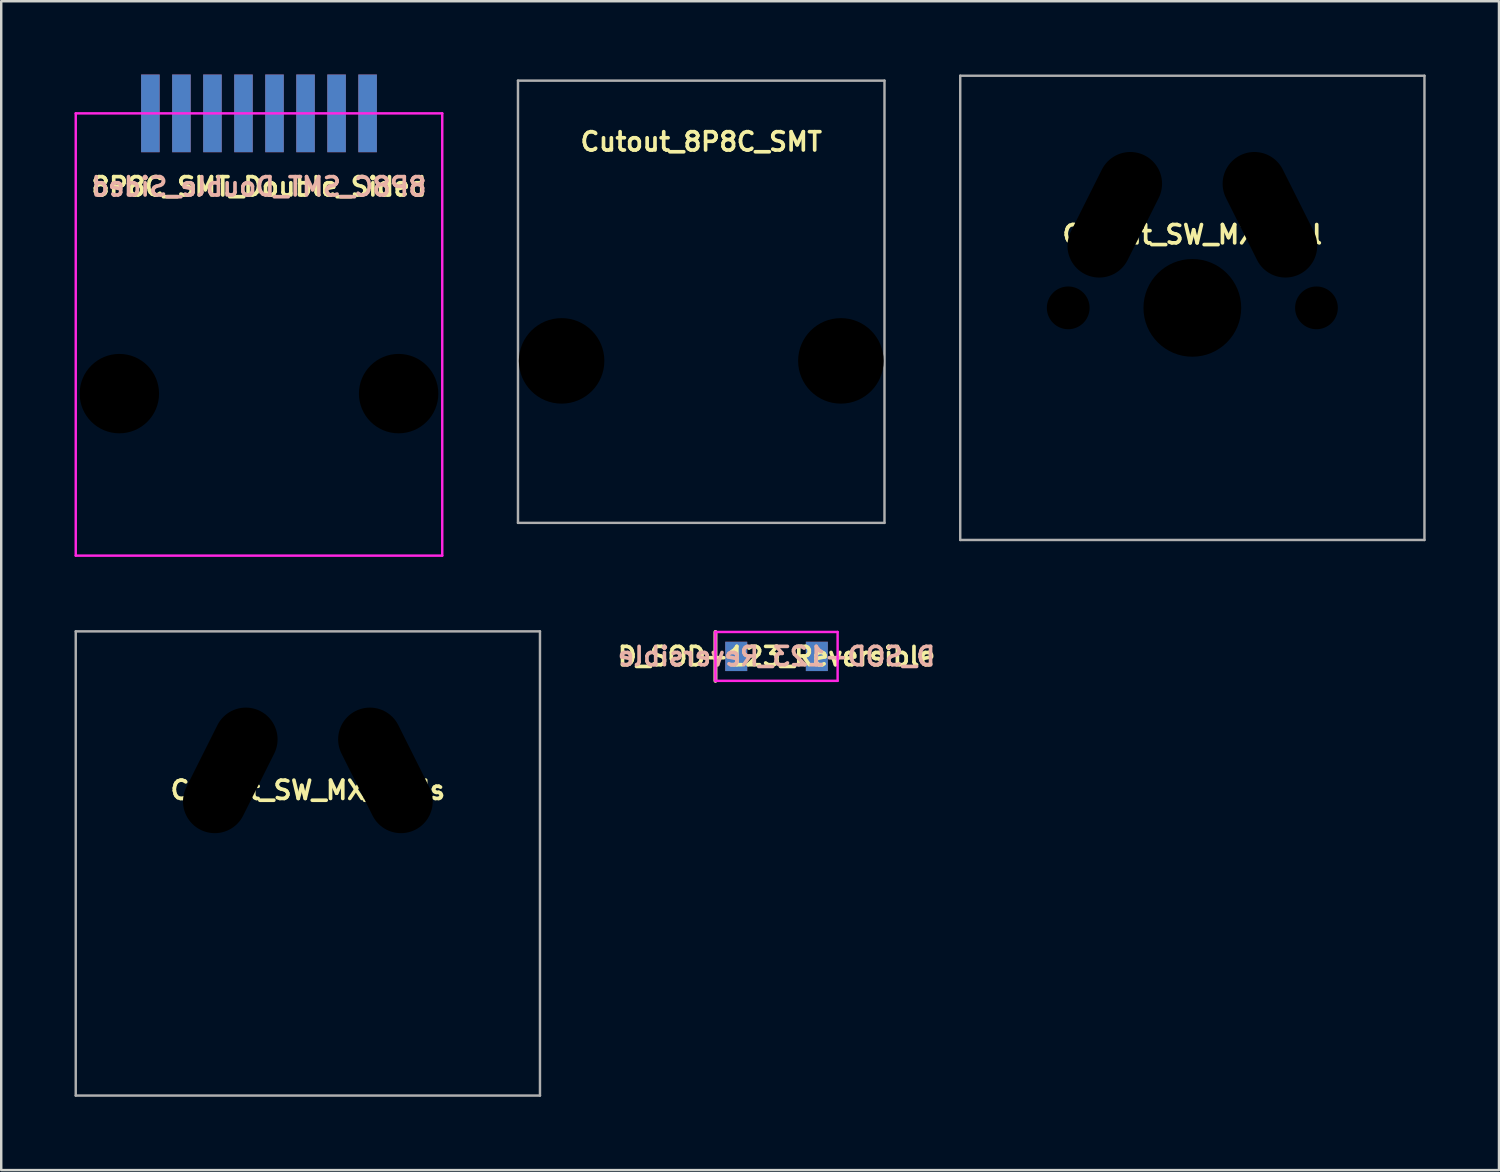
<source format=kicad_pcb>
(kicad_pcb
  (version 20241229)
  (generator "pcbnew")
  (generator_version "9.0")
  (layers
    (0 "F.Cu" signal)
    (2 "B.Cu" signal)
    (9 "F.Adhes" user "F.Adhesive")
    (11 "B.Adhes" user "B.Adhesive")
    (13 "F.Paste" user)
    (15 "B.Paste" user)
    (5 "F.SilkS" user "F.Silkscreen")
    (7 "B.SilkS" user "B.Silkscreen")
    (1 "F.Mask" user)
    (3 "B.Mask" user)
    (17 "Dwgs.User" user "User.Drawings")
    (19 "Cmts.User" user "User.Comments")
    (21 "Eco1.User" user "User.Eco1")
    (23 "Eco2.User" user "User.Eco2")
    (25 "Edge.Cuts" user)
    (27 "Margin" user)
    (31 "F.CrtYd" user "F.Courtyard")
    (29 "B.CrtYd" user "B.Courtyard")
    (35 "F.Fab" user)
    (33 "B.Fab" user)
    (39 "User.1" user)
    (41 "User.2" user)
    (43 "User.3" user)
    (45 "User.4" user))
  (footprint "Cutout_8P8C_SMT"
    (layer "F.Cu")
    (at 25.65 0.25)
    (property "Reference" "Cutout_8P8C_SMT" (at 0 2.5 0) (layer "F.SilkS") (effects (font (size 0.75 0.75) (thickness 0.15))))
    (attr smd)
    (fp_line (start -7.5 0) (end -7.5 18.1) (stroke (width 0.1) (type solid)) (layer "F.Fab"))
    (fp_line (start -7.5 0) (end 7.5 0) (stroke (width 0.1) (type solid)) (layer "F.Fab"))
    (fp_line (start -7.5 18.1) (end 7.5 18.1) (stroke (width 0.1) (type solid)) (layer "F.Fab"))
    (fp_line (start 7.5 0) (end 7.5 18.1) (stroke (width 0.1) (type solid)) (layer "F.Fab"))
    (pad "" np_thru_hole circle (at -5.715 11.47) (size 3.5 3.5) (drill 3.5) (layers "*.Mask"))
    (pad "" np_thru_hole circle (at 5.715 11.47) (size 3.5 3.5) (drill 3.5) (layers "*.Mask")))
  (footprint "Cutout_SW_MX_Pads"
    (layer "F.Cu")
    (at 9.55 32.29)
    (property "Reference" "Cutout_SW_MX_Pads" (at 0 -3 0) (layer "F.SilkS") (effects (font (size 0.75 0.75) (thickness 0.15))))
    (attr through_hole)
    (fp_line (start -9.5 -9.5) (end 9.5 -9.5) (stroke (width 0.1) (type solid)) (layer "F.Fab"))
    (fp_line (start -9.5 9.5) (end -9.5 -9.5) (stroke (width 0.1) (type solid)) (layer "F.Fab"))
    (fp_line (start -9.5 9.5) (end 9.5 9.5) (stroke (width 0.1) (type solid)) (layer "F.Fab"))
    (fp_line (start 9.5 9.5) (end 9.5 -9.5) (stroke (width 0.1) (type solid)) (layer "F.Fab"))
    (pad "" np_thru_hole oval (at -3.175 -3.81 243.4) (size 5.44 2.6) (drill oval 5.44 2.6) (layers "*.Mask"))
    (pad "" np_thru_hole oval (at 3.175 -3.81 116.6) (size 5.44 2.6) (drill oval 5.44 2.6) (layers "*.Mask")))
  (footprint "8P8C_SMT_Double_Sided"
    (layer "F.Cu")
    (at 7.55 1.59)
    (property "Reference" "8P8C_SMT_Double_Sided" (at 0 3 0) (layer "F.SilkS") (effects (font (size 0.75 0.75) (thickness 0.15))))
    (attr smd)
    (fp_line (start -7.5 0) (end -7.5 18.1) (stroke (width 0.1) (type solid)) (layer "F.CrtYd"))
    (fp_line (start -7.5 0) (end 7.5 0) (stroke (width 0.1) (type solid)) (layer "F.CrtYd"))
    (fp_line (start -7.5 18.1) (end 7.5 18.1) (stroke (width 0.1) (type solid)) (layer "F.CrtYd"))
    (fp_line (start 7.5 0) (end 7.5 18.1) (stroke (width 0.1) (type solid)) (layer "F.CrtYd"))
    (fp_text user "${REFERENCE}" (at 0 3 0) (layer "B.SilkS") (effects (font (size 0.75 0.75) (thickness 0.15)) (justify mirror)))
    (pad "" np_thru_hole circle (at -5.715 11.47) (size 3.25 3.25) (drill 3.25) (layers "*.Mask"))
    (pad "" np_thru_hole circle (at 5.715 11.47) (size 3.25 3.25) (drill 3.25) (layers "*.Mask"))
    (pad "1" smd rect (at -4.445 0) (size 0.76 3.18) (layers "F.Cu" "F.Mask" "F.Paste"))
    (pad "2" smd rect (at -3.175 0) (size 0.76 3.18) (layers "F.Cu" "F.Mask" "F.Paste"))
    (pad "3" smd rect (at -1.905 0) (size 0.76 3.18) (layers "F.Cu" "F.Mask" "F.Paste"))
    (pad "4" smd rect (at -0.635 0) (size 0.76 3.18) (layers "F.Cu" "F.Mask" "F.Paste"))
    (pad "5" smd rect (at 0.635 0) (size 0.76 3.18) (layers "F.Cu" "F.Mask" "F.Paste"))
    (pad "6" smd rect (at 1.905 0) (size 0.76 3.18) (layers "F.Cu" "F.Mask" "F.Paste"))
    (pad "7" smd rect (at 3.175 0) (size 0.76 3.18) (layers "F.Cu" "F.Mask" "F.Paste"))
    (pad "8" smd rect (at 4.445 0) (size 0.76 3.18) (layers "F.Cu" "F.Mask" "F.Paste"))
    (pad "9" smd rect (at 4.445 0) (size 0.76 3.18) (layers "B.Cu" "B.Mask" "B.Paste"))
    (pad "10" smd rect (at 3.175 0) (size 0.76 3.18) (layers "B.Cu" "B.Mask" "B.Paste"))
    (pad "11" smd rect (at 1.905 0) (size 0.76 3.18) (layers "B.Cu" "B.Mask" "B.Paste"))
    (pad "12" smd rect (at 0.635 0) (size 0.76 3.18) (layers "B.Cu" "B.Mask" "B.Paste"))
    (pad "13" smd rect (at -0.635 0) (size 0.76 3.18) (layers "B.Cu" "B.Mask" "B.Paste"))
    (pad "14" smd rect (at -1.905 0) (size 0.76 3.18) (layers "B.Cu" "B.Mask" "B.Paste"))
    (pad "15" smd rect (at -3.175 0) (size 0.76 3.18) (layers "B.Cu" "B.Mask" "B.Paste"))
    (pad "16" smd rect (at -4.445 0) (size 0.76 3.18) (layers "B.Cu" "B.Mask" "B.Paste")))
  (footprint "D_SOD-123_Reversible"
    (layer "F.Cu")
    (at 28.732 23.815)
    (property "Reference" "D_SOD-123_Reversible" (at 0 0 0) (layer "F.SilkS") (effects (font (size 0.75 0.75) (thickness 0.15))))
    (attr through_hole)
    (fp_line (start -2.5 -1) (end -2.5 1) (stroke (width 0.15) (type solid)) (layer "F.SilkS"))
    (fp_line (start -2.5 1) (end -2.5 -1) (stroke (width 0.15) (type solid)) (layer "B.SilkS"))
    (fp_line (start -2.5 -1) (end -2.5 1) (stroke (width 0.1) (type solid)) (layer "F.CrtYd"))
    (fp_line (start -2.5 1) (end 2.5 1) (stroke (width 0.1) (type solid)) (layer "F.CrtYd"))
    (fp_line (start 2.5 -1) (end -2.5 -1) (stroke (width 0.1) (type solid)) (layer "F.CrtYd"))
    (fp_line (start 2.5 1) (end 2.5 -1) (stroke (width 0.1) (type solid)) (layer "F.CrtYd"))
    (fp_text user "${REFERENCE}" (at 0 0 0) (layer "B.SilkS") (effects (font (size 0.75 0.75) (thickness 0.15)) (justify mirror)))
    (pad "1" smd rect (at -1.65 0) (size 0.9 1.2) (layers "F.Cu" "F.Mask" "F.Paste"))
    (pad "1" smd rect (at -1.65 0 180) (size 0.9 1.2) (layers "B.Cu" "B.Mask" "B.Paste"))
    (pad "2" smd rect (at 1.65 0) (size 0.9 1.2) (layers "F.Cu" "F.Mask" "F.Paste"))
    (pad "2" smd rect (at 1.65 0 180) (size 0.9 1.2) (layers "B.Cu" "B.Mask" "B.Paste")))
  (footprint "Cutout_SW_MX_Full"
    (layer "F.Cu")
    (at 45.75 9.55)
    (property "Reference" "Cutout_SW_MX_Full" (at 0 -3 0) (layer "F.SilkS") (effects (font (size 0.75 0.75) (thickness 0.15))))
    (attr through_hole)
    (fp_line (start -9.5 -9.5) (end 9.5 -9.5) (stroke (width 0.1) (type solid)) (layer "F.Fab"))
    (fp_line (start -9.5 9.5) (end -9.5 -9.5) (stroke (width 0.1) (type solid)) (layer "F.Fab"))
    (fp_line (start -9.5 9.5) (end 9.5 9.5) (stroke (width 0.1) (type solid)) (layer "F.Fab"))
    (fp_line (start 9.5 9.5) (end 9.5 -9.5) (stroke (width 0.1) (type solid)) (layer "F.Fab"))
    (pad "" np_thru_hole circle (at -5.08 0) (size 1.75 1.75) (drill 1.75) (layers "*.Mask"))
    (pad "" np_thru_hole oval (at -3.175 -3.81 243.4) (size 5.44 2.6) (drill oval 5.44 2.6) (layers "*.Mask"))
    (pad "" np_thru_hole circle (at 0 0) (size 4 4) (drill 4) (layers "*.Mask"))
    (pad "" np_thru_hole oval (at 3.175 -3.81 116.6) (size 5.44 2.6) (drill oval 5.44 2.6) (layers "*.Mask"))
    (pad "" np_thru_hole circle (at 5.08 0) (size 1.75 1.75) (drill 1.75) (layers "*.Mask")))
  (gr_rect
    (start -3 -3)
    (end 58.3 44.84)
    (stroke (width 0.1) (type default))
    (fill no)
    (layer "Edge.Cuts")))
</source>
